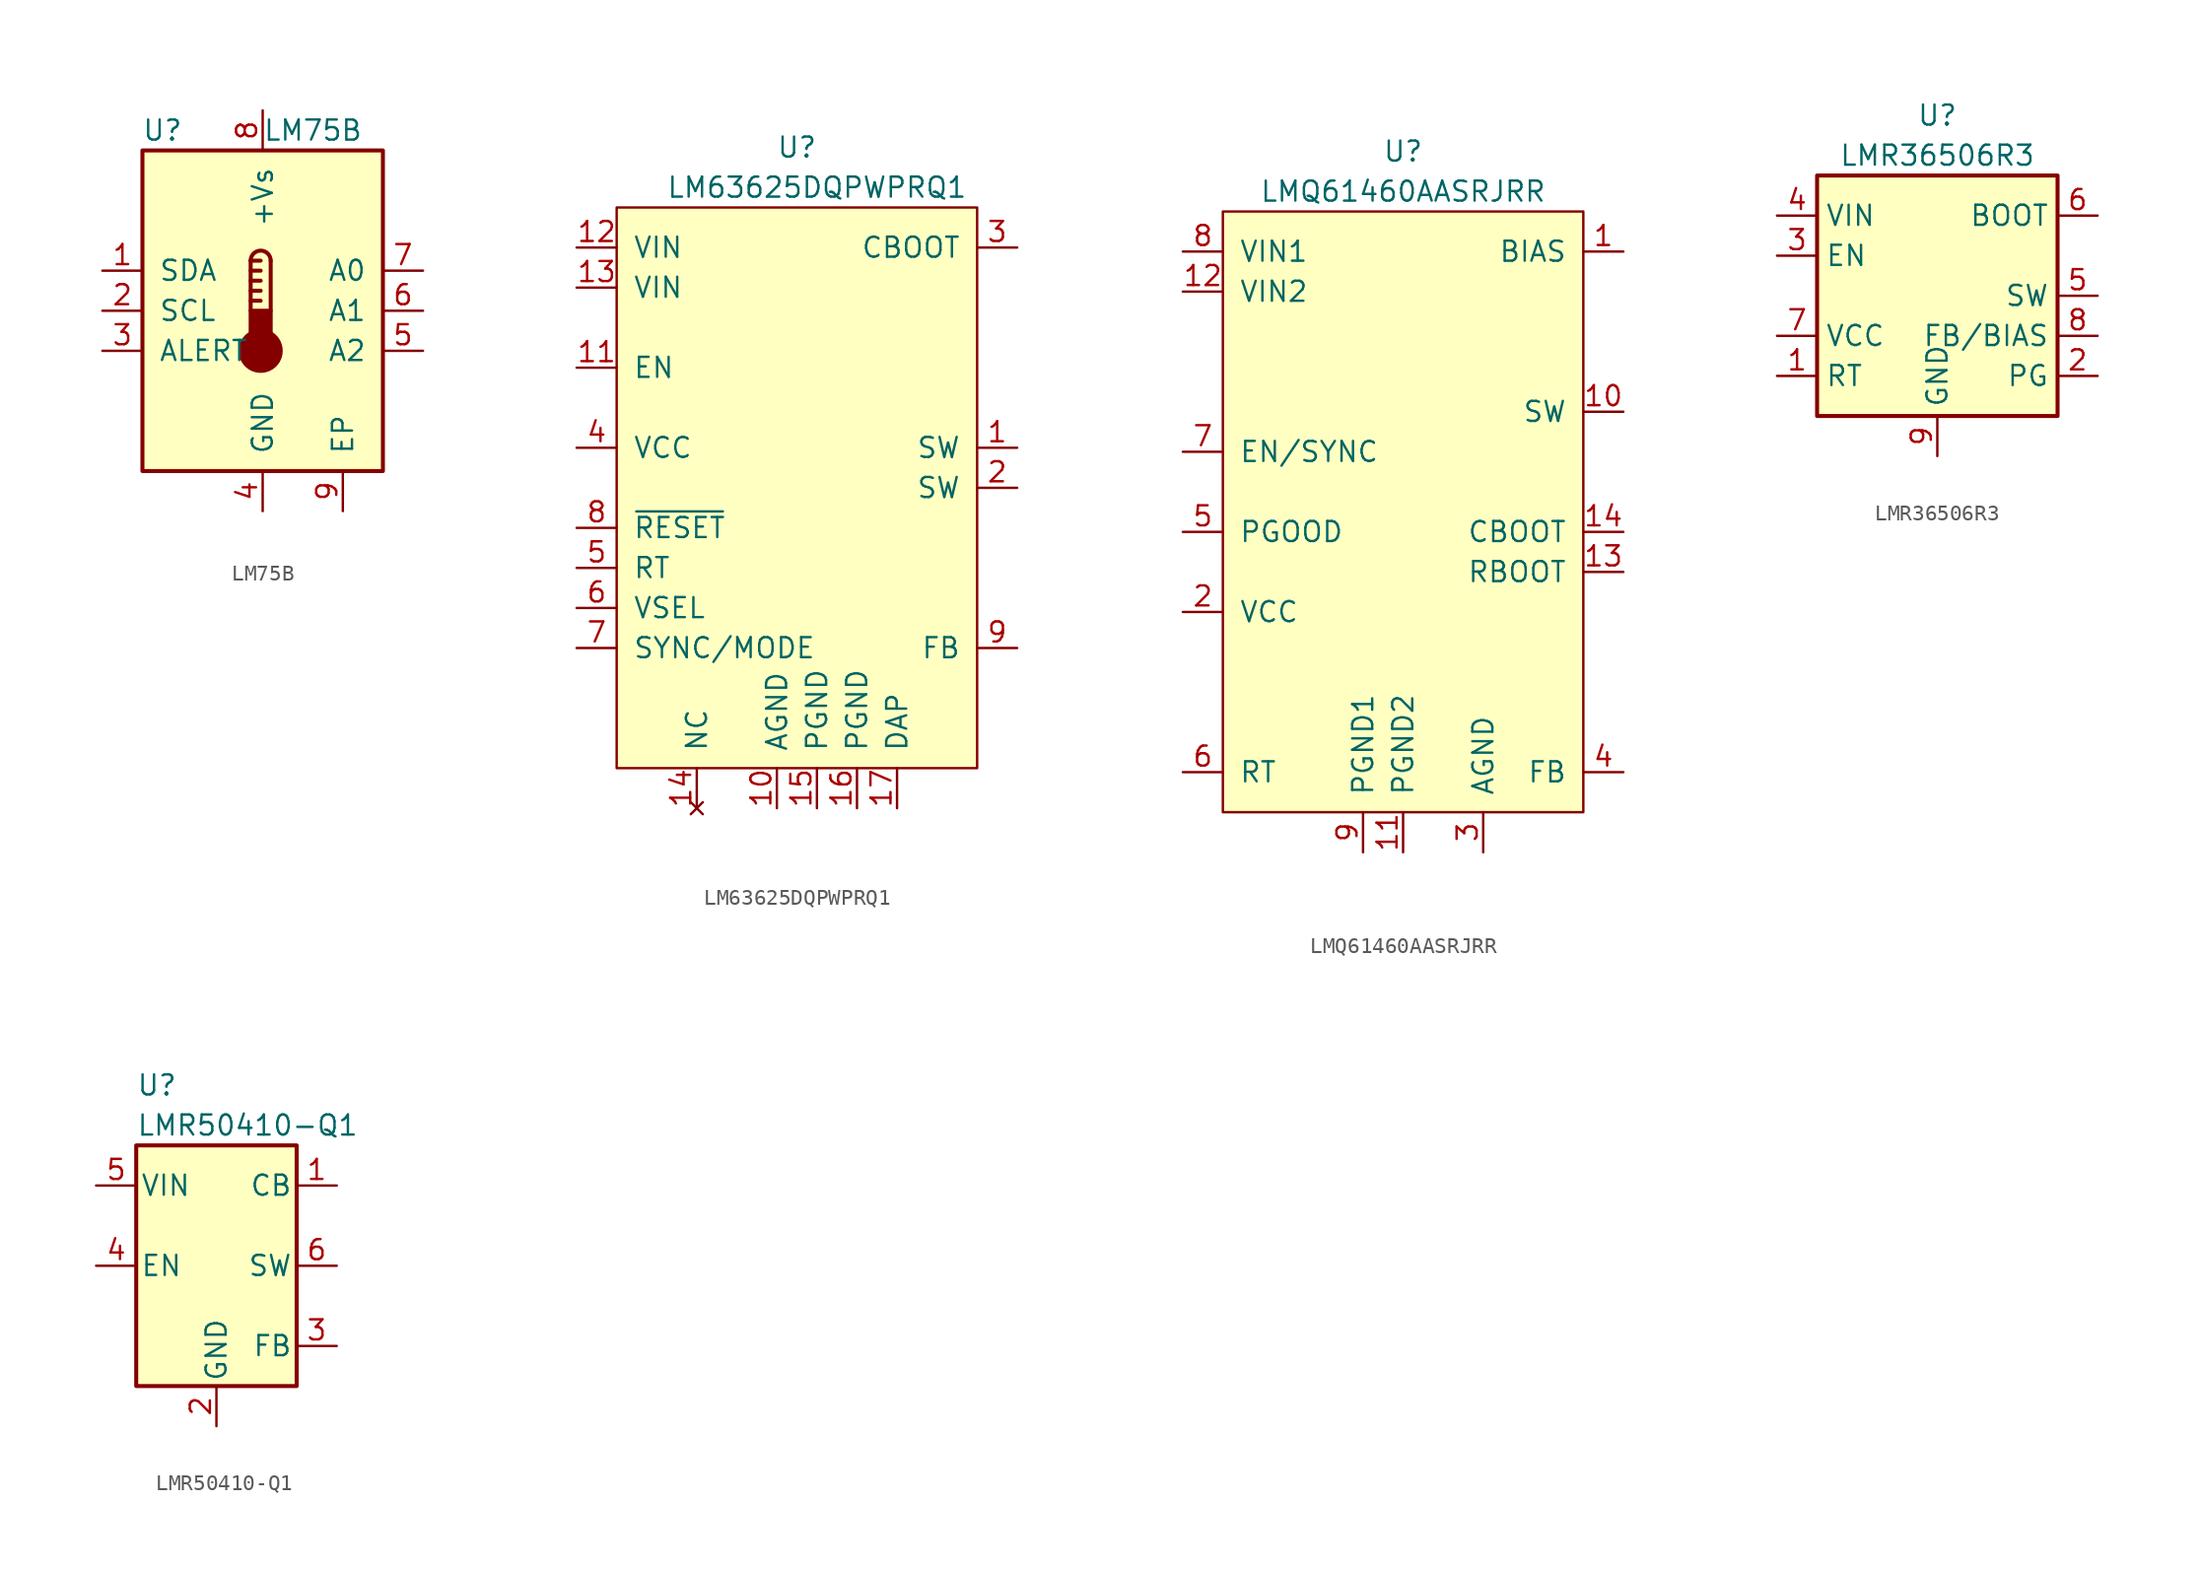
<source format=kicad_sym>
(kicad_symbol_lib
  (version 20220914)
  (generator kicad_symbol_editor)
  (symbol "LM75B"
    (pin_names
      (offset 1.016))
    (property "Reference" "U"
      (at -6.35 11.43 0)
      (effects (font (size 1.27 1.27))))
    (property "Value" "LM75B"
      (at 0 11.43 0)
      (effects (font (size 1.27 1.27)) (justify left)))
    (symbol "LM75B_0_1"
      (rectangle (start -7.62 10.16) (end 7.62 -10.16) (stroke (width 0.254) (type default)) (fill (type background)))
      (circle (center -0.127 -2.54) (radius 1.27) (stroke (width 0.254) (type default)) (fill (type outline)))
      (polyline (pts (xy -0.762 0.635) (xy -0.127 0.635)) (stroke (width 0.254) (type default)) (fill (type none)))
      (polyline (pts (xy -0.762 1.27) (xy -0.127 1.27)) (stroke (width 0.254) (type default)) (fill (type none)))
      (polyline (pts (xy -0.762 1.905) (xy -0.127 1.905)) (stroke (width 0.254) (type default)) (fill (type none)))
      (polyline (pts (xy -0.762 2.54) (xy -0.127 2.54)) (stroke (width 0.254) (type default)) (fill (type none)))
      (polyline (pts (xy -0.762 3.175) (xy -0.762 0)) (stroke (width 0.254) (type default)) (fill (type none)))
      (polyline (pts (xy -0.762 3.175) (xy -0.127 3.175)) (stroke (width 0.254) (type default)) (fill (type none)))
      (polyline (pts (xy 0.508 3.175) (xy 0.508 0)) (stroke (width 0.254) (type default)) (fill (type none)))
      (rectangle (start 0.508 -1.905) (end -0.762 0) (stroke (width 0.254) (type default)) (fill (type outline)))
      (arc (start 0.508 3.175) (mid -0.127 3.8073) (end -0.762 3.175) (stroke (width 0.254) (type default)) (fill (type none))))
    (symbol "LM75B_1_1"
      (pin bidirectional line (at -10.16 2.54 0) (length 2.54) (name "SDA" (effects (font (size 1.27 1.27)))) (number "1" (effects (font (size 1.27 1.27)))))
      (pin input line (at -10.16 0 0) (length 2.54) (name "SCL" (effects (font (size 1.27 1.27)))) (number "2" (effects (font (size 1.27 1.27)))))
      (pin open_collector line (at -10.16 -2.54 0) (length 2.54) (name "ALERT" (effects (font (size 1.27 1.27)))) (number "3" (effects (font (size 1.27 1.27)))))
      (pin power_in line (at 0 -12.7 90) (length 2.54) (name "GND" (effects (font (size 1.27 1.27)))) (number "4" (effects (font (size 1.27 1.27)))))
      (pin input line (at 10.16 -2.54 180) (length 2.54) (name "A2" (effects (font (size 1.27 1.27)))) (number "5" (effects (font (size 1.27 1.27)))))
      (pin input line (at 10.16 0 180) (length 2.54) (name "A1" (effects (font (size 1.27 1.27)))) (number "6" (effects (font (size 1.27 1.27)))))
      (pin input line (at 10.16 2.54 180) (length 2.54) (name "A0" (effects (font (size 1.27 1.27)))) (number "7" (effects (font (size 1.27 1.27)))))
      (pin power_in line (at 0 12.7 270) (length 2.54) (name "+Vs" (effects (font (size 1.27 1.27)))) (number "8" (effects (font (size 1.27 1.27)))))
      (pin unspecified line (at 5.08 -12.7 90) (length 2.54) (name "EP" (effects (font (size 1.27 1.27)))) (number "9" (effects (font (size 1.27 1.27)))))))
  (symbol "LM63625DQPWPRQ1"
    (pin_names
      (offset 1.016))
    (property "Reference" "U"
      (at 0 15.24 0)
      (effects (font (size 1.27 1.27))))
    (property "Value" "LM63625DQPWPRQ1"
      (at 1.27 12.7 0)
      (effects (font (size 1.27 1.27))))
    (symbol "LM63625DQPWPRQ1_0_1"
      (rectangle (start -11.43 11.43) (end 11.43 -24.13) (stroke (width 0) (type default)) (fill (type background))))
    (symbol "LM63625DQPWPRQ1_1_1"
      (pin power_out line (at 13.97 -3.81 180) (length 2.54) (name "SW" (effects (font (size 1.27 1.27)))) (number "1" (effects (font (size 1.27 1.27)))))
      (pin power_in line (at -1.27 -26.67 90) (length 2.54) (name "AGND" (effects (font (size 1.27 1.27)))) (number "10" (effects (font (size 1.27 1.27)))))
      (pin input line (at -13.97 1.27 0) (length 2.54) (name "EN" (effects (font (size 1.27 1.27)))) (number "11" (effects (font (size 1.27 1.27)))))
      (pin power_in line (at -13.97 8.89 0) (length 2.54) (name "VIN" (effects (font (size 1.27 1.27)))) (number "12" (effects (font (size 1.27 1.27)))))
      (pin power_in line (at -13.97 6.35 0) (length 2.54) (name "VIN" (effects (font (size 1.27 1.27)))) (number "13" (effects (font (size 1.27 1.27)))))
      (pin no_connect line (at -6.35 -26.67 90) (length 2.54) (name "NC" (effects (font (size 1.27 1.27)))) (number "14" (effects (font (size 1.27 1.27)))))
      (pin power_in line (at 1.27 -26.67 90) (length 2.54) (name "PGND" (effects (font (size 1.27 1.27)))) (number "15" (effects (font (size 1.27 1.27)))))
      (pin power_in line (at 3.81 -26.67 90) (length 2.54) (name "PGND" (effects (font (size 1.27 1.27)))) (number "16" (effects (font (size 1.27 1.27)))))
      (pin power_in line (at 6.35 -26.67 90) (length 2.54) (name "DAP" (effects (font (size 1.27 1.27)))) (number "17" (effects (font (size 1.27 1.27)))))
      (pin power_out line (at 13.97 -6.35 180) (length 2.54) (name "SW" (effects (font (size 1.27 1.27)))) (number "2" (effects (font (size 1.27 1.27)))))
      (pin passive line (at 13.97 8.89 180) (length 2.54) (name "CBOOT" (effects (font (size 1.27 1.27)))) (number "3" (effects (font (size 1.27 1.27)))))
      (pin passive line (at -13.97 -3.81 0) (length 2.54) (name "VCC" (effects (font (size 1.27 1.27)))) (number "4" (effects (font (size 1.27 1.27)))))
      (pin passive line (at -13.97 -11.43 0) (length 2.54) (name "RT" (effects (font (size 1.27 1.27)))) (number "5" (effects (font (size 1.27 1.27)))))
      (pin passive line (at -13.97 -13.97 0) (length 2.54) (name "VSEL" (effects (font (size 1.27 1.27)))) (number "6" (effects (font (size 1.27 1.27)))))
      (pin passive line (at -13.97 -16.51 0) (length 2.54) (name "SYNC/MODE" (effects (font (size 1.27 1.27)))) (number "7" (effects (font (size 1.27 1.27)))))
      (pin passive line (at -13.97 -8.89 0) (length 2.54) (name "~{RESET}" (effects (font (size 1.27 1.27)))) (number "8" (effects (font (size 1.27 1.27)))))
      (pin passive line (at 13.97 -16.51 180) (length 2.54) (name "FB" (effects (font (size 1.27 1.27)))) (number "9" (effects (font (size 1.27 1.27)))))))
  (symbol "LMQ61460AASRJRR"
    (pin_names
      (offset 1.016))
    (property "Reference" "U"
      (at 0 16.51 0)
      (effects (font (size 1.27 1.27))))
    (property "Value" "LMQ61460AASRJRR"
      (at 0 13.97 0)
      (effects (font (size 1.27 1.27))))
    (symbol "LMQ61460AASRJRR_0_1"
      (rectangle (start -11.43 12.7) (end 11.43 -25.4) (stroke (width 0) (type default)) (fill (type background))))
    (symbol "LMQ61460AASRJRR_1_1"
      (pin power_in line (at 13.97 10.16 180) (length 2.54) (name "BIAS" (effects (font (size 1.27 1.27)))) (number "1" (effects (font (size 1.27 1.27)))))
      (pin power_out line (at 13.97 0 180) (length 2.54) (name "SW" (effects (font (size 1.27 1.27)))) (number "10" (effects (font (size 1.27 1.27)))))
      (pin power_in line (at 0 -27.94 90) (length 2.54) (name "PGND2" (effects (font (size 1.27 1.27)))) (number "11" (effects (font (size 1.27 1.27)))))
      (pin power_in line (at -13.97 7.62 0) (length 2.54) (name "VIN2" (effects (font (size 1.27 1.27)))) (number "12" (effects (font (size 1.27 1.27)))))
      (pin passive line (at 13.97 -10.16 180) (length 2.54) (name "RBOOT" (effects (font (size 1.27 1.27)))) (number "13" (effects (font (size 1.27 1.27)))))
      (pin passive line (at 13.97 -7.62 180) (length 2.54) (name "CBOOT" (effects (font (size 1.27 1.27)))) (number "14" (effects (font (size 1.27 1.27)))))
      (pin output line (at -13.97 -12.7 0) (length 2.54) (name "VCC" (effects (font (size 1.27 1.27)))) (number "2" (effects (font (size 1.27 1.27)))))
      (pin power_in line (at 5.08 -27.94 90) (length 2.54) (name "AGND" (effects (font (size 1.27 1.27)))) (number "3" (effects (font (size 1.27 1.27)))))
      (pin input line (at 13.97 -22.86 180) (length 2.54) (name "FB" (effects (font (size 1.27 1.27)))) (number "4" (effects (font (size 1.27 1.27)))))
      (pin open_collector line (at -13.97 -7.62 0) (length 2.54) (name "PGOOD" (effects (font (size 1.27 1.27)))) (number "5" (effects (font (size 1.27 1.27)))))
      (pin passive line (at -13.97 -22.86 0) (length 2.54) (name "RT" (effects (font (size 1.27 1.27)))) (number "6" (effects (font (size 1.27 1.27)))))
      (pin input line (at -13.97 -2.54 0) (length 2.54) (name "EN/SYNC" (effects (font (size 1.27 1.27)))) (number "7" (effects (font (size 1.27 1.27)))))
      (pin power_in line (at -13.97 10.16 0) (length 2.54) (name "VIN1" (effects (font (size 1.27 1.27)))) (number "8" (effects (font (size 1.27 1.27)))))
      (pin power_in line (at -2.54 -27.94 90) (length 2.54) (name "PGND1" (effects (font (size 1.27 1.27)))) (number "9" (effects (font (size 1.27 1.27)))))))
  (symbol "LMR36506R3"
    (property "Reference" "U"
      (at 0 11.43 0)
      (effects (font (size 1.27 1.27))))
    (property "Value" "LMR36506R3"
      (at 0 8.89 0)
      (effects (font (size 1.27 1.27))))
    (symbol "LMR36506R3_0_1"
      (rectangle (start -7.62 7.62) (end 7.62 -7.62) (stroke (width 0.254) (type default)) (fill (type background))))
    (symbol "LMR36506R3_1_1"
      (pin passive line (at -10.16 -5.08 0) (length 2.54) (name "RT" (effects (font (size 1.27 1.27)))) (number "1" (effects (font (size 1.27 1.27)))))
      (pin open_collector line (at 10.16 -5.08 180) (length 2.54) (name "PG" (effects (font (size 1.27 1.27)))) (number "2" (effects (font (size 1.27 1.27)))))
      (pin input line (at -10.16 2.54 0) (length 2.54) (name "EN" (effects (font (size 1.27 1.27)))) (number "3" (effects (font (size 1.27 1.27)))))
      (pin power_in line (at -10.16 5.08 0) (length 2.54) (name "VIN" (effects (font (size 1.27 1.27)))) (number "4" (effects (font (size 1.27 1.27)))))
      (pin power_out line (at 10.16 0 180) (length 2.54) (name "SW" (effects (font (size 1.27 1.27)))) (number "5" (effects (font (size 1.27 1.27)))))
      (pin passive line (at 10.16 5.08 180) (length 2.54) (name "BOOT" (effects (font (size 1.27 1.27)))) (number "6" (effects (font (size 1.27 1.27)))))
      (pin power_out line (at -10.16 -2.54 0) (length 2.54) (name "VCC" (effects (font (size 1.27 1.27)))) (number "7" (effects (font (size 1.27 1.27)))))
      (pin input line (at 10.16 -2.54 180) (length 2.54) (name "FB/BIAS" (effects (font (size 1.27 1.27)))) (number "8" (effects (font (size 1.27 1.27)))))
      (pin power_in line (at 0 -10.16 90) (length 2.54) (name "GND" (effects (font (size 1.27 1.27)))) (number "9" (effects (font (size 1.27 1.27)))))))
  (symbol "LMR50410-Q1"
    (pin_names
      (offset 0.254))
    (property "Reference" "U"
      (at -5.08 8.89 0)
      (effects (font (size 1.27 1.27)) (justify left)))
    (property "Value" "LMR50410-Q1"
      (at -5.08 6.35 0)
      (effects (font (size 1.27 1.27)) (justify left)))
    (symbol "LMR50410-Q1_0_1"
      (rectangle (start -5.08 5.08) (end 5.08 -10.16) (stroke (width 0.254) (type default)) (fill (type background))))
    (symbol "LMR50410-Q1_1_1"
      (pin passive line (at 7.62 2.54 180) (length 2.54) (name "CB" (effects (font (size 1.27 1.27)))) (number "1" (effects (font (size 1.27 1.27)))))
      (pin power_in line (at 0 -12.7 90) (length 2.54) (name "GND" (effects (font (size 1.27 1.27)))) (number "2" (effects (font (size 1.27 1.27)))))
      (pin input line (at 7.62 -7.62 180) (length 2.54) (name "FB" (effects (font (size 1.27 1.27)))) (number "3" (effects (font (size 1.27 1.27)))))
      (pin input line (at -7.62 -2.54 0) (length 2.54) (name "EN" (effects (font (size 1.27 1.27)))) (number "4" (effects (font (size 1.27 1.27)))))
      (pin input line (at -7.62 2.54 0) (length 2.54) (name "VIN" (effects (font (size 1.27 1.27)))) (number "5" (effects (font (size 1.27 1.27)))))
      (pin output line (at 7.62 -2.54 180) (length 2.54) (name "SW" (effects (font (size 1.27 1.27)))) (number "6" (effects (font (size 1.27 1.27))))))))
</source>
